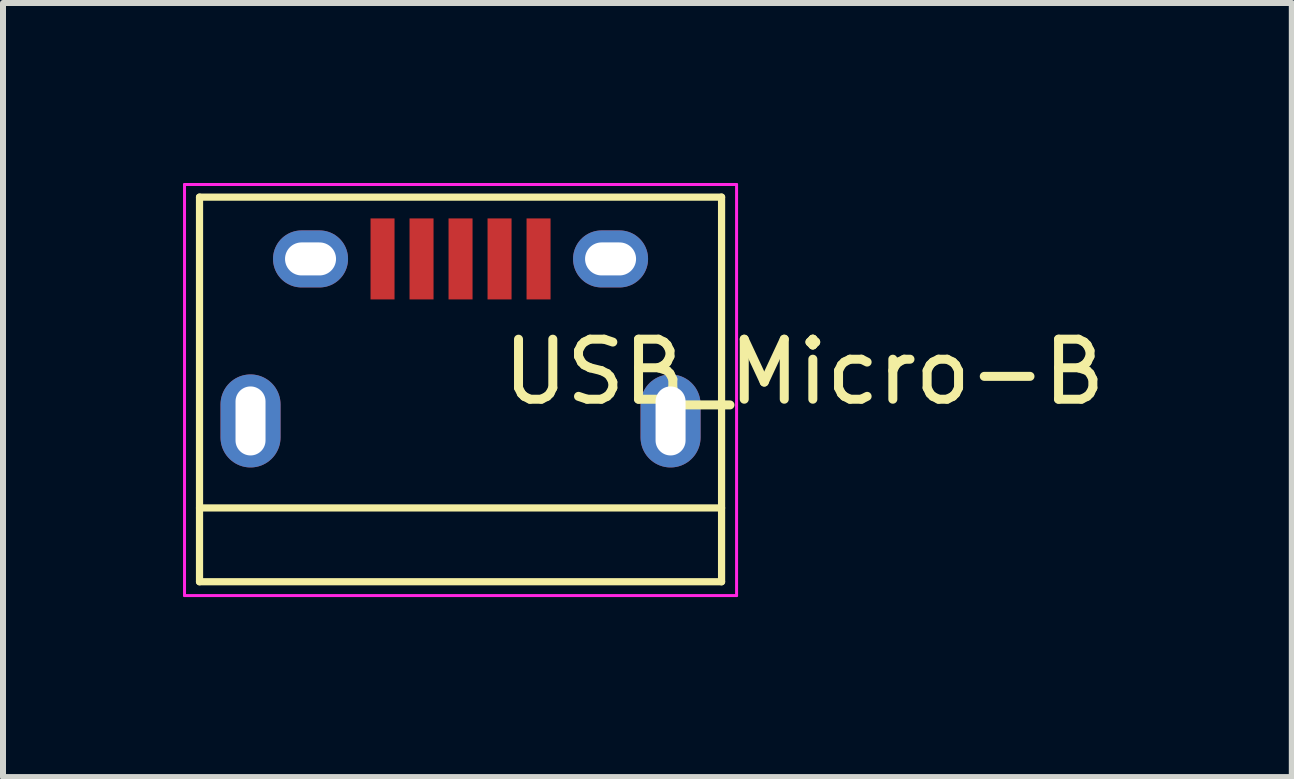
<source format=kicad_pcb>
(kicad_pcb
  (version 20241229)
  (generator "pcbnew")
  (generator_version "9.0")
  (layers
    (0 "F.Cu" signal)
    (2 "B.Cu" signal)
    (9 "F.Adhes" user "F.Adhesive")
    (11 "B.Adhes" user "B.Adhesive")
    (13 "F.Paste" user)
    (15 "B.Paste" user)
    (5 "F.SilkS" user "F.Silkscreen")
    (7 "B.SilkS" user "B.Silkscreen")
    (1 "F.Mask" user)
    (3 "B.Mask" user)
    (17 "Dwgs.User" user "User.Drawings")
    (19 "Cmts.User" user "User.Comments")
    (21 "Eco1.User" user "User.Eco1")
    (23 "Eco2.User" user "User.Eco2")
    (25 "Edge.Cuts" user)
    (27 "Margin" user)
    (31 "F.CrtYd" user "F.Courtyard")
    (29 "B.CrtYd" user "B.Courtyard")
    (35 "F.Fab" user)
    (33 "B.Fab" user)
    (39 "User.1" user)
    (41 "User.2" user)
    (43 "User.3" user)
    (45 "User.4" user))
  (footprint "USB_Micro-B"
    (layer "F.Cu")
    (at 4.625 2.615)
    (property "Reference" "USB_Micro-B" (at 5.728 0.533 0) (layer "F.SilkS") (effects (font (size 1 1) (thickness 0.15))))
    (attr smd)
    (fp_line (start -4.35 -2.38) (end 4.35 -2.38) (stroke (width 0.12) (type solid)) (layer "F.SilkS"))
    (fp_line (start -4.35 4.03) (end -4.35 -2.38) (stroke (width 0.12) (type solid)) (layer "F.SilkS"))
    (fp_line (start -4.35 4.03) (end 4.35 4.03) (stroke (width 0.12) (type solid)) (layer "F.SilkS"))
    (fp_line (start 4.35 -2.38) (end 4.35 4.03) (stroke (width 0.12) (type solid)) (layer "F.SilkS"))
    (fp_line (start 4.35 2.8) (end -4.35 2.8) (stroke (width 0.12) (type solid)) (layer "F.SilkS"))
    (fp_line (start -4.6 -2.59) (end 4.6 -2.59) (stroke (width 0.05) (type solid)) (layer "F.CrtYd"))
    (fp_line (start -4.6 4.26) (end -4.6 -2.59) (stroke (width 0.05) (type solid)) (layer "F.CrtYd"))
    (fp_line (start 4.6 -2.59) (end 4.6 4.26) (stroke (width 0.05) (type solid)) (layer "F.CrtYd"))
    (fp_line (start 4.6 4.26) (end -4.6 4.26) (stroke (width 0.05) (type solid)) (layer "F.CrtYd"))
    (pad "1" smd rect (at -1.3 -1.35 90) (size 1.35 0.4) (layers "F.Cu" "F.Mask" "F.Paste"))
    (pad "2" smd rect (at -0.65 -1.35 90) (size 1.35 0.4) (layers "F.Cu" "F.Mask" "F.Paste"))
    (pad "3" smd rect (at 0 -1.35 90) (size 1.35 0.4) (layers "F.Cu" "F.Mask" "F.Paste"))
    (pad "4" smd rect (at 0.65 -1.35 90) (size 1.35 0.4) (layers "F.Cu" "F.Mask" "F.Paste"))
    (pad "5" smd rect (at 1.3 -1.35 90) (size 1.35 0.4) (layers "F.Cu" "F.Mask" "F.Paste"))
    (pad "6" thru_hole oval (at -3.5 1.35 90) (size 1.55 1) (drill oval 1.15 0.5) (layers "*.Cu" "*.Mask"))
    (pad "6" thru_hole oval (at -2.5 -1.35 90) (size 0.95 1.25) (drill oval 0.55 0.85) (layers "*.Cu" "*.Mask"))
    (pad "6" thru_hole oval (at 2.5 -1.35 90) (size 0.95 1.25) (drill oval 0.55 0.85) (layers "*.Cu" "*.Mask"))
    (pad "6" thru_hole oval (at 3.5 1.35 90) (size 1.55 1) (drill oval 1.15 0.5) (layers "*.Cu" "*.Mask")))
  (gr_rect
    (start -3 -3)
    (end 18.478 9.9)
    (stroke (width 0.1) (type default))
    (fill no)
    (layer "Edge.Cuts")))
</source>
